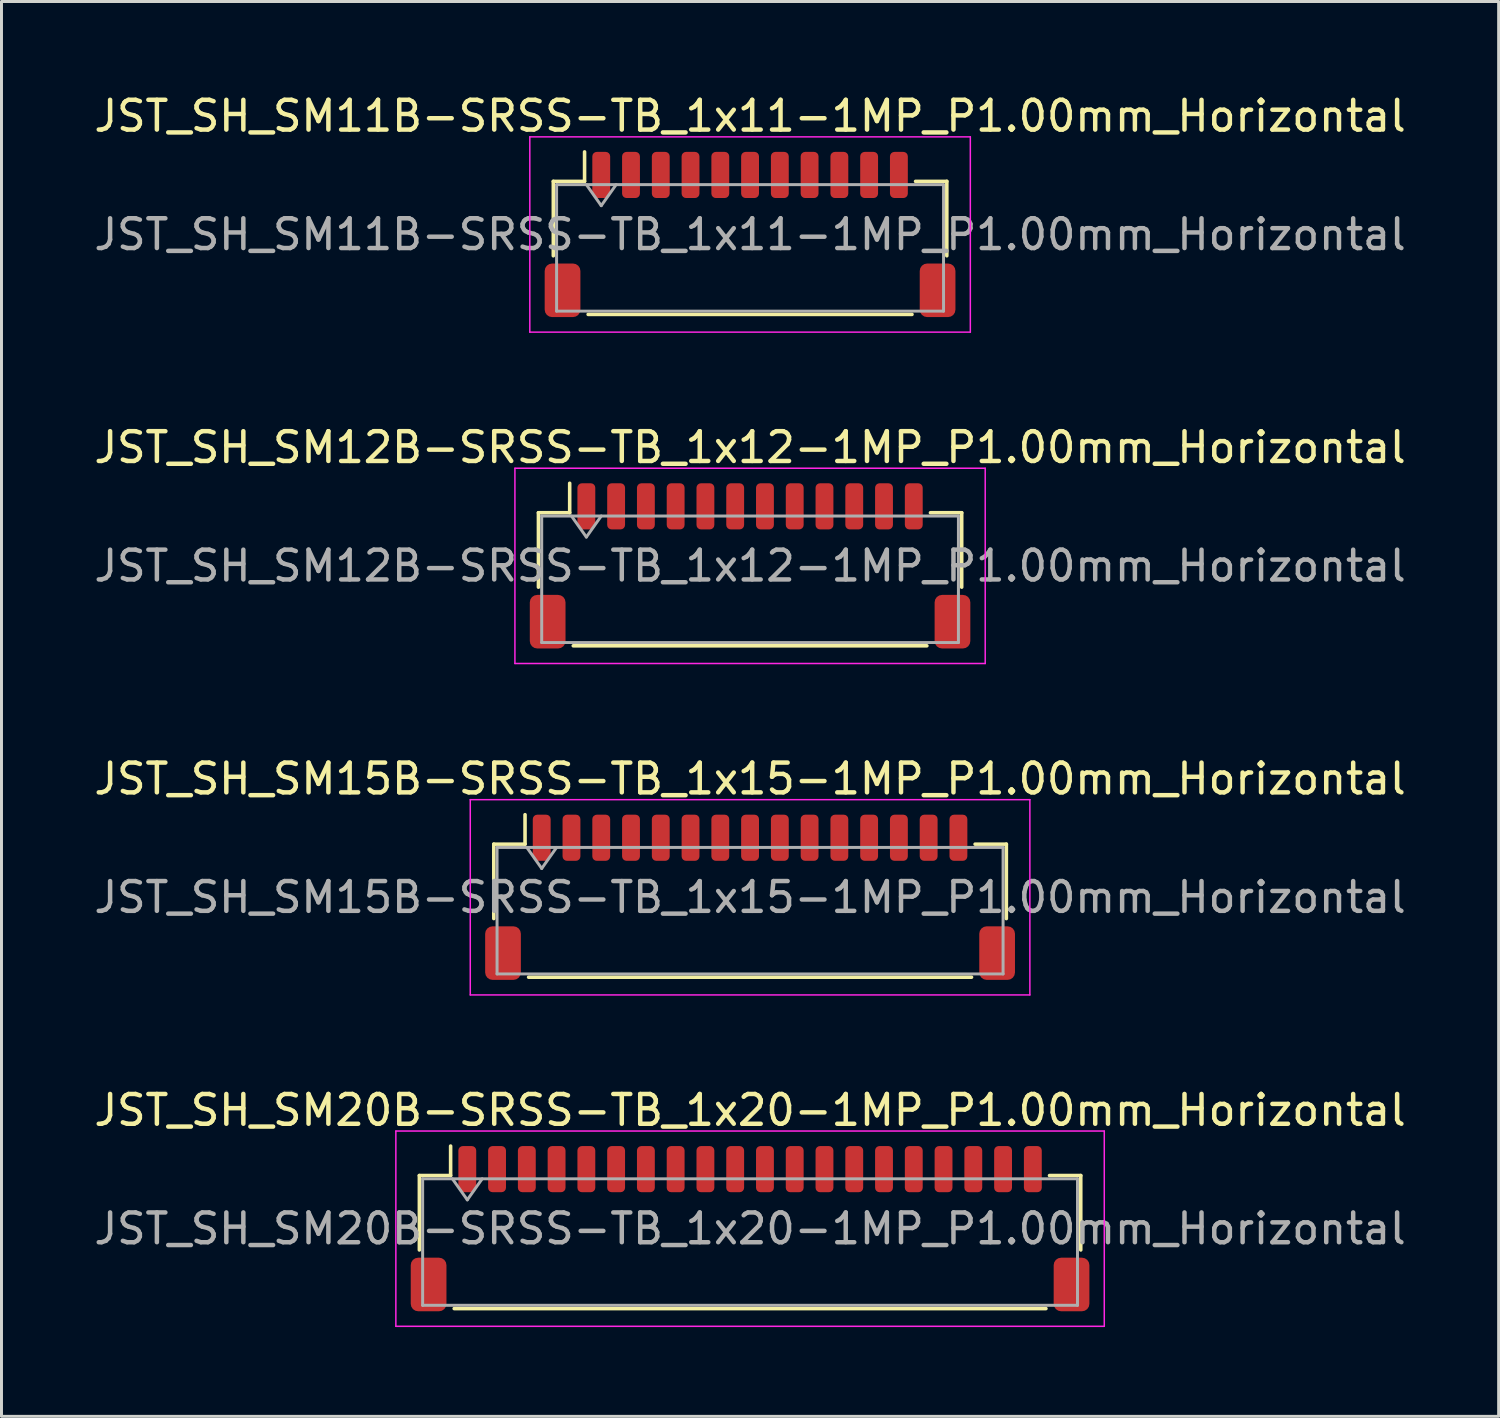
<source format=kicad_pcb>
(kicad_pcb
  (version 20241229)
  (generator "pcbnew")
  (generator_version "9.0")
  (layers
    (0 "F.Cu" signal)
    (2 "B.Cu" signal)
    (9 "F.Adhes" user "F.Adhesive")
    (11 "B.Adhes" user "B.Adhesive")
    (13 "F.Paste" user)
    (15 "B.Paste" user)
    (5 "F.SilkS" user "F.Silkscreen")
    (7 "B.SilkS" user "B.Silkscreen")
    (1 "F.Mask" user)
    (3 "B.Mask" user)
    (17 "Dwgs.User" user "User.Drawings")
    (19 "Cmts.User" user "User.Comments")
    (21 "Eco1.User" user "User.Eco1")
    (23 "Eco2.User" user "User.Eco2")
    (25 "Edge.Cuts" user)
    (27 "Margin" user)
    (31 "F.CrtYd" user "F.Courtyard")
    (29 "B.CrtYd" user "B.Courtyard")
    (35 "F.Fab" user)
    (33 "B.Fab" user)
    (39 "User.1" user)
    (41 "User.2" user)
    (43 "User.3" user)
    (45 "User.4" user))
  (footprint "JST_SH_SM20B-SRSS-TB_1x20-1MP_P1.00mm_Horizontal"
    (layer "F.Cu")
    (at 22.149 38.228)
    (property "Reference" "JST_SH_SM20B-SRSS-TB_1x20-1MP_P1.00mm_Horizontal" (at 0 -3.98 0) (layer "F.SilkS") (effects (font (size 1 1) (thickness 0.15))))
    (attr smd)
    (fp_line (start -11.11 -1.785) (end -10.06 -1.785) (stroke (width 0.12) (type solid)) (layer "F.SilkS"))
    (fp_line (start -11.11 0.715) (end -11.11 -1.785) (stroke (width 0.12) (type solid)) (layer "F.SilkS"))
    (fp_line (start -10.06 -1.785) (end -10.06 -2.775) (stroke (width 0.12) (type solid)) (layer "F.SilkS"))
    (fp_line (start -9.94 2.685) (end 9.94 2.685) (stroke (width 0.12) (type solid)) (layer "F.SilkS"))
    (fp_line (start 11.11 -1.785) (end 10.06 -1.785) (stroke (width 0.12) (type solid)) (layer "F.SilkS"))
    (fp_line (start 11.11 0.715) (end 11.11 -1.785) (stroke (width 0.12) (type solid)) (layer "F.SilkS"))
    (fp_line (start -11.9 -3.28) (end -11.9 3.28) (stroke (width 0.05) (type solid)) (layer "F.CrtYd"))
    (fp_line (start -11.9 3.28) (end 11.9 3.28) (stroke (width 0.05) (type solid)) (layer "F.CrtYd"))
    (fp_line (start 11.9 -3.28) (end -11.9 -3.28) (stroke (width 0.05) (type solid)) (layer "F.CrtYd"))
    (fp_line (start 11.9 3.28) (end 11.9 -3.28) (stroke (width 0.05) (type solid)) (layer "F.CrtYd"))
    (fp_line (start -11 -1.675) (end -11 2.575) (stroke (width 0.1) (type solid)) (layer "F.Fab"))
    (fp_line (start -11 -1.675) (end 11 -1.675) (stroke (width 0.1) (type solid)) (layer "F.Fab"))
    (fp_line (start -11 2.575) (end 11 2.575) (stroke (width 0.1) (type solid)) (layer "F.Fab"))
    (fp_line (start -10 -1.675) (end -9.5 -0.968) (stroke (width 0.1) (type solid)) (layer "F.Fab"))
    (fp_line (start -9.5 -0.968) (end -9 -1.675) (stroke (width 0.1) (type solid)) (layer "F.Fab"))
    (fp_line (start 11 -1.675) (end 11 2.575) (stroke (width 0.1) (type solid)) (layer "F.Fab"))
    (fp_text user "${REFERENCE}" (at 0 0 0) (layer "F.Fab") (effects (font (size 1 1) (thickness 0.15))))
    (pad "1" smd roundrect (at -9.5 -2) (size 0.6 1.55) (layers "F.Cu" "F.Mask" "F.Paste") (roundrect_rratio 0.25))
    (pad "2" smd roundrect (at -8.5 -2) (size 0.6 1.55) (layers "F.Cu" "F.Mask" "F.Paste") (roundrect_rratio 0.25))
    (pad "3" smd roundrect (at -7.5 -2) (size 0.6 1.55) (layers "F.Cu" "F.Mask" "F.Paste") (roundrect_rratio 0.25))
    (pad "4" smd roundrect (at -6.5 -2) (size 0.6 1.55) (layers "F.Cu" "F.Mask" "F.Paste") (roundrect_rratio 0.25))
    (pad "5" smd roundrect (at -5.5 -2) (size 0.6 1.55) (layers "F.Cu" "F.Mask" "F.Paste") (roundrect_rratio 0.25))
    (pad "6" smd roundrect (at -4.5 -2) (size 0.6 1.55) (layers "F.Cu" "F.Mask" "F.Paste") (roundrect_rratio 0.25))
    (pad "7" smd roundrect (at -3.5 -2) (size 0.6 1.55) (layers "F.Cu" "F.Mask" "F.Paste") (roundrect_rratio 0.25))
    (pad "8" smd roundrect (at -2.5 -2) (size 0.6 1.55) (layers "F.Cu" "F.Mask" "F.Paste") (roundrect_rratio 0.25))
    (pad "9" smd roundrect (at -1.5 -2) (size 0.6 1.55) (layers "F.Cu" "F.Mask" "F.Paste") (roundrect_rratio 0.25))
    (pad "10" smd roundrect (at -0.5 -2) (size 0.6 1.55) (layers "F.Cu" "F.Mask" "F.Paste") (roundrect_rratio 0.25))
    (pad "11" smd roundrect (at 0.5 -2) (size 0.6 1.55) (layers "F.Cu" "F.Mask" "F.Paste") (roundrect_rratio 0.25))
    (pad "12" smd roundrect (at 1.5 -2) (size 0.6 1.55) (layers "F.Cu" "F.Mask" "F.Paste") (roundrect_rratio 0.25))
    (pad "13" smd roundrect (at 2.5 -2) (size 0.6 1.55) (layers "F.Cu" "F.Mask" "F.Paste") (roundrect_rratio 0.25))
    (pad "14" smd roundrect (at 3.5 -2) (size 0.6 1.55) (layers "F.Cu" "F.Mask" "F.Paste") (roundrect_rratio 0.25))
    (pad "15" smd roundrect (at 4.5 -2) (size 0.6 1.55) (layers "F.Cu" "F.Mask" "F.Paste") (roundrect_rratio 0.25))
    (pad "16" smd roundrect (at 5.5 -2) (size 0.6 1.55) (layers "F.Cu" "F.Mask" "F.Paste") (roundrect_rratio 0.25))
    (pad "17" smd roundrect (at 6.5 -2) (size 0.6 1.55) (layers "F.Cu" "F.Mask" "F.Paste") (roundrect_rratio 0.25))
    (pad "18" smd roundrect (at 7.5 -2) (size 0.6 1.55) (layers "F.Cu" "F.Mask" "F.Paste") (roundrect_rratio 0.25))
    (pad "19" smd roundrect (at 8.5 -2) (size 0.6 1.55) (layers "F.Cu" "F.Mask" "F.Paste") (roundrect_rratio 0.25))
    (pad "20" smd roundrect (at 9.5 -2) (size 0.6 1.55) (layers "F.Cu" "F.Mask" "F.Paste") (roundrect_rratio 0.25))
    (pad "MP" smd roundrect (at -10.8 1.875) (size 1.2 1.8) (layers "F.Cu" "F.Mask" "F.Paste") (roundrect_rratio 0.208))
    (pad "MP" smd roundrect (at 10.8 1.875) (size 1.2 1.8) (layers "F.Cu" "F.Mask" "F.Paste") (roundrect_rratio 0.208)))
  (footprint "JST_SH_SM15B-SRSS-TB_1x15-1MP_P1.00mm_Horizontal"
    (layer "F.Cu")
    (at 22.149 27.095)
    (property "Reference" "JST_SH_SM15B-SRSS-TB_1x15-1MP_P1.00mm_Horizontal" (at 0 -3.98 0) (layer "F.SilkS") (effects (font (size 1 1) (thickness 0.15))))
    (attr smd)
    (fp_line (start -8.61 -1.785) (end -7.56 -1.785) (stroke (width 0.12) (type solid)) (layer "F.SilkS"))
    (fp_line (start -8.61 0.715) (end -8.61 -1.785) (stroke (width 0.12) (type solid)) (layer "F.SilkS"))
    (fp_line (start -7.56 -1.785) (end -7.56 -2.775) (stroke (width 0.12) (type solid)) (layer "F.SilkS"))
    (fp_line (start -7.44 2.685) (end 7.44 2.685) (stroke (width 0.12) (type solid)) (layer "F.SilkS"))
    (fp_line (start 8.61 -1.785) (end 7.56 -1.785) (stroke (width 0.12) (type solid)) (layer "F.SilkS"))
    (fp_line (start 8.61 0.715) (end 8.61 -1.785) (stroke (width 0.12) (type solid)) (layer "F.SilkS"))
    (fp_line (start -9.4 -3.28) (end -9.4 3.28) (stroke (width 0.05) (type solid)) (layer "F.CrtYd"))
    (fp_line (start -9.4 3.28) (end 9.4 3.28) (stroke (width 0.05) (type solid)) (layer "F.CrtYd"))
    (fp_line (start 9.4 -3.28) (end -9.4 -3.28) (stroke (width 0.05) (type solid)) (layer "F.CrtYd"))
    (fp_line (start 9.4 3.28) (end 9.4 -3.28) (stroke (width 0.05) (type solid)) (layer "F.CrtYd"))
    (fp_line (start -8.5 -1.675) (end -8.5 2.575) (stroke (width 0.1) (type solid)) (layer "F.Fab"))
    (fp_line (start -8.5 -1.675) (end 8.5 -1.675) (stroke (width 0.1) (type solid)) (layer "F.Fab"))
    (fp_line (start -8.5 2.575) (end 8.5 2.575) (stroke (width 0.1) (type solid)) (layer "F.Fab"))
    (fp_line (start -7.5 -1.675) (end -7 -0.968) (stroke (width 0.1) (type solid)) (layer "F.Fab"))
    (fp_line (start -7 -0.968) (end -6.5 -1.675) (stroke (width 0.1) (type solid)) (layer "F.Fab"))
    (fp_line (start 8.5 -1.675) (end 8.5 2.575) (stroke (width 0.1) (type solid)) (layer "F.Fab"))
    (fp_text user "${REFERENCE}" (at 0 0 0) (layer "F.Fab") (effects (font (size 1 1) (thickness 0.15))))
    (pad "1" smd roundrect (at -7 -2) (size 0.6 1.55) (layers "F.Cu" "F.Mask" "F.Paste") (roundrect_rratio 0.25))
    (pad "2" smd roundrect (at -6 -2) (size 0.6 1.55) (layers "F.Cu" "F.Mask" "F.Paste") (roundrect_rratio 0.25))
    (pad "3" smd roundrect (at -5 -2) (size 0.6 1.55) (layers "F.Cu" "F.Mask" "F.Paste") (roundrect_rratio 0.25))
    (pad "4" smd roundrect (at -4 -2) (size 0.6 1.55) (layers "F.Cu" "F.Mask" "F.Paste") (roundrect_rratio 0.25))
    (pad "5" smd roundrect (at -3 -2) (size 0.6 1.55) (layers "F.Cu" "F.Mask" "F.Paste") (roundrect_rratio 0.25))
    (pad "6" smd roundrect (at -2 -2) (size 0.6 1.55) (layers "F.Cu" "F.Mask" "F.Paste") (roundrect_rratio 0.25))
    (pad "7" smd roundrect (at -1 -2) (size 0.6 1.55) (layers "F.Cu" "F.Mask" "F.Paste") (roundrect_rratio 0.25))
    (pad "8" smd roundrect (at 0 -2) (size 0.6 1.55) (layers "F.Cu" "F.Mask" "F.Paste") (roundrect_rratio 0.25))
    (pad "9" smd roundrect (at 1 -2) (size 0.6 1.55) (layers "F.Cu" "F.Mask" "F.Paste") (roundrect_rratio 0.25))
    (pad "10" smd roundrect (at 2 -2) (size 0.6 1.55) (layers "F.Cu" "F.Mask" "F.Paste") (roundrect_rratio 0.25))
    (pad "11" smd roundrect (at 3 -2) (size 0.6 1.55) (layers "F.Cu" "F.Mask" "F.Paste") (roundrect_rratio 0.25))
    (pad "12" smd roundrect (at 4 -2) (size 0.6 1.55) (layers "F.Cu" "F.Mask" "F.Paste") (roundrect_rratio 0.25))
    (pad "13" smd roundrect (at 5 -2) (size 0.6 1.55) (layers "F.Cu" "F.Mask" "F.Paste") (roundrect_rratio 0.25))
    (pad "14" smd roundrect (at 6 -2) (size 0.6 1.55) (layers "F.Cu" "F.Mask" "F.Paste") (roundrect_rratio 0.25))
    (pad "15" smd roundrect (at 7 -2) (size 0.6 1.55) (layers "F.Cu" "F.Mask" "F.Paste") (roundrect_rratio 0.25))
    (pad "MP" smd roundrect (at -8.3 1.875) (size 1.2 1.8) (layers "F.Cu" "F.Mask" "F.Paste") (roundrect_rratio 0.208))
    (pad "MP" smd roundrect (at 8.3 1.875) (size 1.2 1.8) (layers "F.Cu" "F.Mask" "F.Paste") (roundrect_rratio 0.208)))
  (footprint "JST_SH_SM12B-SRSS-TB_1x12-1MP_P1.00mm_Horizontal"
    (layer "F.Cu")
    (at 22.149 15.961)
    (property "Reference" "JST_SH_SM12B-SRSS-TB_1x12-1MP_P1.00mm_Horizontal" (at 0 -3.98 0) (layer "F.SilkS") (effects (font (size 1 1) (thickness 0.15))))
    (attr smd)
    (fp_line (start -7.11 -1.785) (end -6.06 -1.785) (stroke (width 0.12) (type solid)) (layer "F.SilkS"))
    (fp_line (start -7.11 0.715) (end -7.11 -1.785) (stroke (width 0.12) (type solid)) (layer "F.SilkS"))
    (fp_line (start -6.06 -1.785) (end -6.06 -2.775) (stroke (width 0.12) (type solid)) (layer "F.SilkS"))
    (fp_line (start -5.94 2.685) (end 5.94 2.685) (stroke (width 0.12) (type solid)) (layer "F.SilkS"))
    (fp_line (start 7.11 -1.785) (end 6.06 -1.785) (stroke (width 0.12) (type solid)) (layer "F.SilkS"))
    (fp_line (start 7.11 0.715) (end 7.11 -1.785) (stroke (width 0.12) (type solid)) (layer "F.SilkS"))
    (fp_line (start -7.9 -3.28) (end -7.9 3.28) (stroke (width 0.05) (type solid)) (layer "F.CrtYd"))
    (fp_line (start -7.9 3.28) (end 7.9 3.28) (stroke (width 0.05) (type solid)) (layer "F.CrtYd"))
    (fp_line (start 7.9 -3.28) (end -7.9 -3.28) (stroke (width 0.05) (type solid)) (layer "F.CrtYd"))
    (fp_line (start 7.9 3.28) (end 7.9 -3.28) (stroke (width 0.05) (type solid)) (layer "F.CrtYd"))
    (fp_line (start -7 -1.675) (end -7 2.575) (stroke (width 0.1) (type solid)) (layer "F.Fab"))
    (fp_line (start -7 -1.675) (end 7 -1.675) (stroke (width 0.1) (type solid)) (layer "F.Fab"))
    (fp_line (start -7 2.575) (end 7 2.575) (stroke (width 0.1) (type solid)) (layer "F.Fab"))
    (fp_line (start -6 -1.675) (end -5.5 -0.968) (stroke (width 0.1) (type solid)) (layer "F.Fab"))
    (fp_line (start -5.5 -0.968) (end -5 -1.675) (stroke (width 0.1) (type solid)) (layer "F.Fab"))
    (fp_line (start 7 -1.675) (end 7 2.575) (stroke (width 0.1) (type solid)) (layer "F.Fab"))
    (fp_text user "${REFERENCE}" (at 0 0 0) (layer "F.Fab") (effects (font (size 1 1) (thickness 0.15))))
    (pad "1" smd roundrect (at -5.5 -2) (size 0.6 1.55) (layers "F.Cu" "F.Mask" "F.Paste") (roundrect_rratio 0.25))
    (pad "2" smd roundrect (at -4.5 -2) (size 0.6 1.55) (layers "F.Cu" "F.Mask" "F.Paste") (roundrect_rratio 0.25))
    (pad "3" smd roundrect (at -3.5 -2) (size 0.6 1.55) (layers "F.Cu" "F.Mask" "F.Paste") (roundrect_rratio 0.25))
    (pad "4" smd roundrect (at -2.5 -2) (size 0.6 1.55) (layers "F.Cu" "F.Mask" "F.Paste") (roundrect_rratio 0.25))
    (pad "5" smd roundrect (at -1.5 -2) (size 0.6 1.55) (layers "F.Cu" "F.Mask" "F.Paste") (roundrect_rratio 0.25))
    (pad "6" smd roundrect (at -0.5 -2) (size 0.6 1.55) (layers "F.Cu" "F.Mask" "F.Paste") (roundrect_rratio 0.25))
    (pad "7" smd roundrect (at 0.5 -2) (size 0.6 1.55) (layers "F.Cu" "F.Mask" "F.Paste") (roundrect_rratio 0.25))
    (pad "8" smd roundrect (at 1.5 -2) (size 0.6 1.55) (layers "F.Cu" "F.Mask" "F.Paste") (roundrect_rratio 0.25))
    (pad "9" smd roundrect (at 2.5 -2) (size 0.6 1.55) (layers "F.Cu" "F.Mask" "F.Paste") (roundrect_rratio 0.25))
    (pad "10" smd roundrect (at 3.5 -2) (size 0.6 1.55) (layers "F.Cu" "F.Mask" "F.Paste") (roundrect_rratio 0.25))
    (pad "11" smd roundrect (at 4.5 -2) (size 0.6 1.55) (layers "F.Cu" "F.Mask" "F.Paste") (roundrect_rratio 0.25))
    (pad "12" smd roundrect (at 5.5 -2) (size 0.6 1.55) (layers "F.Cu" "F.Mask" "F.Paste") (roundrect_rratio 0.25))
    (pad "MP" smd roundrect (at -6.8 1.875) (size 1.2 1.8) (layers "F.Cu" "F.Mask" "F.Paste") (roundrect_rratio 0.208))
    (pad "MP" smd roundrect (at 6.8 1.875) (size 1.2 1.8) (layers "F.Cu" "F.Mask" "F.Paste") (roundrect_rratio 0.208)))
  (footprint "JST_SH_SM11B-SRSS-TB_1x11-1MP_P1.00mm_Horizontal"
    (layer "F.Cu")
    (at 22.149 4.828)
    (property "Reference" "JST_SH_SM11B-SRSS-TB_1x11-1MP_P1.00mm_Horizontal" (at 0 -3.98 0) (layer "F.SilkS") (effects (font (size 1 1) (thickness 0.15))))
    (attr smd)
    (fp_line (start -6.61 -1.785) (end -5.56 -1.785) (stroke (width 0.12) (type solid)) (layer "F.SilkS"))
    (fp_line (start -6.61 0.715) (end -6.61 -1.785) (stroke (width 0.12) (type solid)) (layer "F.SilkS"))
    (fp_line (start -5.56 -1.785) (end -5.56 -2.775) (stroke (width 0.12) (type solid)) (layer "F.SilkS"))
    (fp_line (start -5.44 2.685) (end 5.44 2.685) (stroke (width 0.12) (type solid)) (layer "F.SilkS"))
    (fp_line (start 6.61 -1.785) (end 5.56 -1.785) (stroke (width 0.12) (type solid)) (layer "F.SilkS"))
    (fp_line (start 6.61 0.715) (end 6.61 -1.785) (stroke (width 0.12) (type solid)) (layer "F.SilkS"))
    (fp_line (start -7.4 -3.28) (end -7.4 3.28) (stroke (width 0.05) (type solid)) (layer "F.CrtYd"))
    (fp_line (start -7.4 3.28) (end 7.4 3.28) (stroke (width 0.05) (type solid)) (layer "F.CrtYd"))
    (fp_line (start 7.4 -3.28) (end -7.4 -3.28) (stroke (width 0.05) (type solid)) (layer "F.CrtYd"))
    (fp_line (start 7.4 3.28) (end 7.4 -3.28) (stroke (width 0.05) (type solid)) (layer "F.CrtYd"))
    (fp_line (start -6.5 -1.675) (end -6.5 2.575) (stroke (width 0.1) (type solid)) (layer "F.Fab"))
    (fp_line (start -6.5 -1.675) (end 6.5 -1.675) (stroke (width 0.1) (type solid)) (layer "F.Fab"))
    (fp_line (start -6.5 2.575) (end 6.5 2.575) (stroke (width 0.1) (type solid)) (layer "F.Fab"))
    (fp_line (start -5.5 -1.675) (end -5 -0.968) (stroke (width 0.1) (type solid)) (layer "F.Fab"))
    (fp_line (start -5 -0.968) (end -4.5 -1.675) (stroke (width 0.1) (type solid)) (layer "F.Fab"))
    (fp_line (start 6.5 -1.675) (end 6.5 2.575) (stroke (width 0.1) (type solid)) (layer "F.Fab"))
    (fp_text user "${REFERENCE}" (at 0 0 0) (layer "F.Fab") (effects (font (size 1 1) (thickness 0.15))))
    (pad "1" smd roundrect (at -5 -2) (size 0.6 1.55) (layers "F.Cu" "F.Mask" "F.Paste") (roundrect_rratio 0.25))
    (pad "2" smd roundrect (at -4 -2) (size 0.6 1.55) (layers "F.Cu" "F.Mask" "F.Paste") (roundrect_rratio 0.25))
    (pad "3" smd roundrect (at -3 -2) (size 0.6 1.55) (layers "F.Cu" "F.Mask" "F.Paste") (roundrect_rratio 0.25))
    (pad "4" smd roundrect (at -2 -2) (size 0.6 1.55) (layers "F.Cu" "F.Mask" "F.Paste") (roundrect_rratio 0.25))
    (pad "5" smd roundrect (at -1 -2) (size 0.6 1.55) (layers "F.Cu" "F.Mask" "F.Paste") (roundrect_rratio 0.25))
    (pad "6" smd roundrect (at 0 -2) (size 0.6 1.55) (layers "F.Cu" "F.Mask" "F.Paste") (roundrect_rratio 0.25))
    (pad "7" smd roundrect (at 1 -2) (size 0.6 1.55) (layers "F.Cu" "F.Mask" "F.Paste") (roundrect_rratio 0.25))
    (pad "8" smd roundrect (at 2 -2) (size 0.6 1.55) (layers "F.Cu" "F.Mask" "F.Paste") (roundrect_rratio 0.25))
    (pad "9" smd roundrect (at 3 -2) (size 0.6 1.55) (layers "F.Cu" "F.Mask" "F.Paste") (roundrect_rratio 0.25))
    (pad "10" smd roundrect (at 4 -2) (size 0.6 1.55) (layers "F.Cu" "F.Mask" "F.Paste") (roundrect_rratio 0.25))
    (pad "11" smd roundrect (at 5 -2) (size 0.6 1.55) (layers "F.Cu" "F.Mask" "F.Paste") (roundrect_rratio 0.25))
    (pad "MP" smd roundrect (at -6.3 1.875) (size 1.2 1.8) (layers "F.Cu" "F.Mask" "F.Paste") (roundrect_rratio 0.208))
    (pad "MP" smd roundrect (at 6.3 1.875) (size 1.2 1.8) (layers "F.Cu" "F.Mask" "F.Paste") (roundrect_rratio 0.208)))
  (gr_rect
    (start -3 -3)
    (end 47.298 44.533)
    (stroke (width 0.1) (type default))
    (fill no)
    (layer "Edge.Cuts")))
</source>
